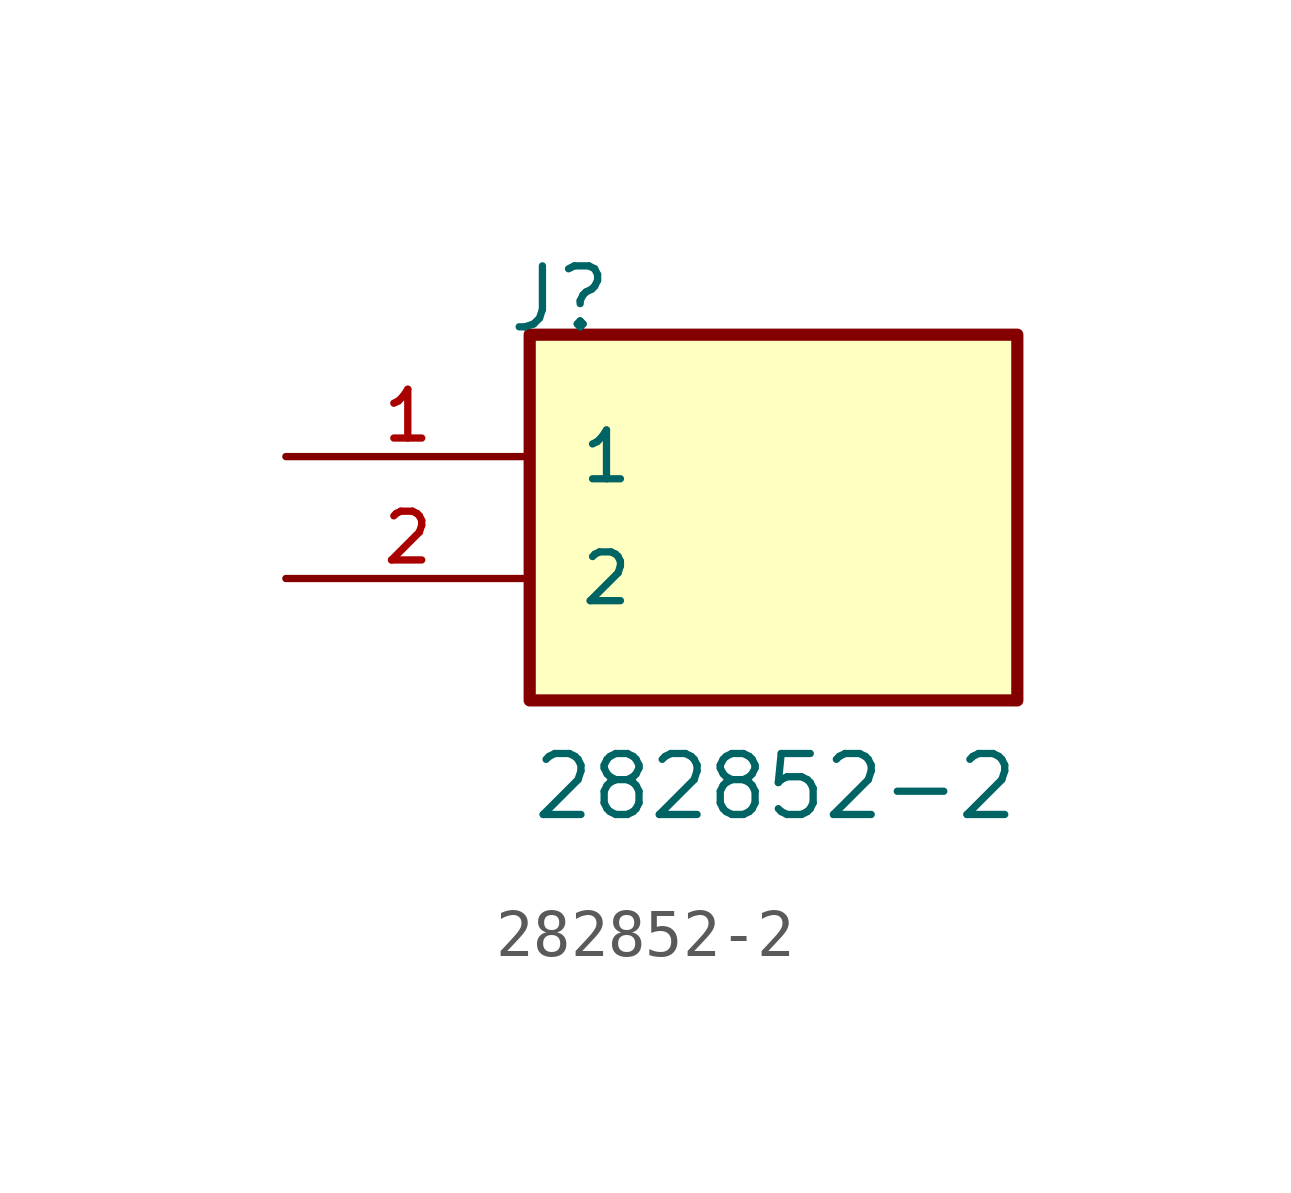
<source format=kicad_sym>
(kicad_symbol_lib
  (version 20211014)
  (generator kicad_symbol_editor)
  (symbol "282852-2"
    (pin_names
      (offset 1.016))
    (property "Reference" "J"
      (at -5.58 5.08 0)
      (effects (font (size 1.27 1.27)) (justify bottom left)))
    (property "Value" "282852-2"
      (at -5.08 -5.08 0)
      (effects (font (size 1.27 1.27)) (justify bottom left)))
    (symbol "282852-2_0_0"
      (rectangle (start -5.08 -2.54) (end 5.08 5.08) (stroke (width 0.254)) (fill (type background)))
      (pin passive line (at -10.16 2.54 0) (length 5.08) (name "1" (effects (font (size 1.016 1.016)))) (number "1" (effects (font (size 1.016 1.016)))))
      (pin passive line (at -10.16 0.0 0) (length 5.08) (name "2" (effects (font (size 1.016 1.016)))) (number "2" (effects (font (size 1.016 1.016))))))))
</source>
